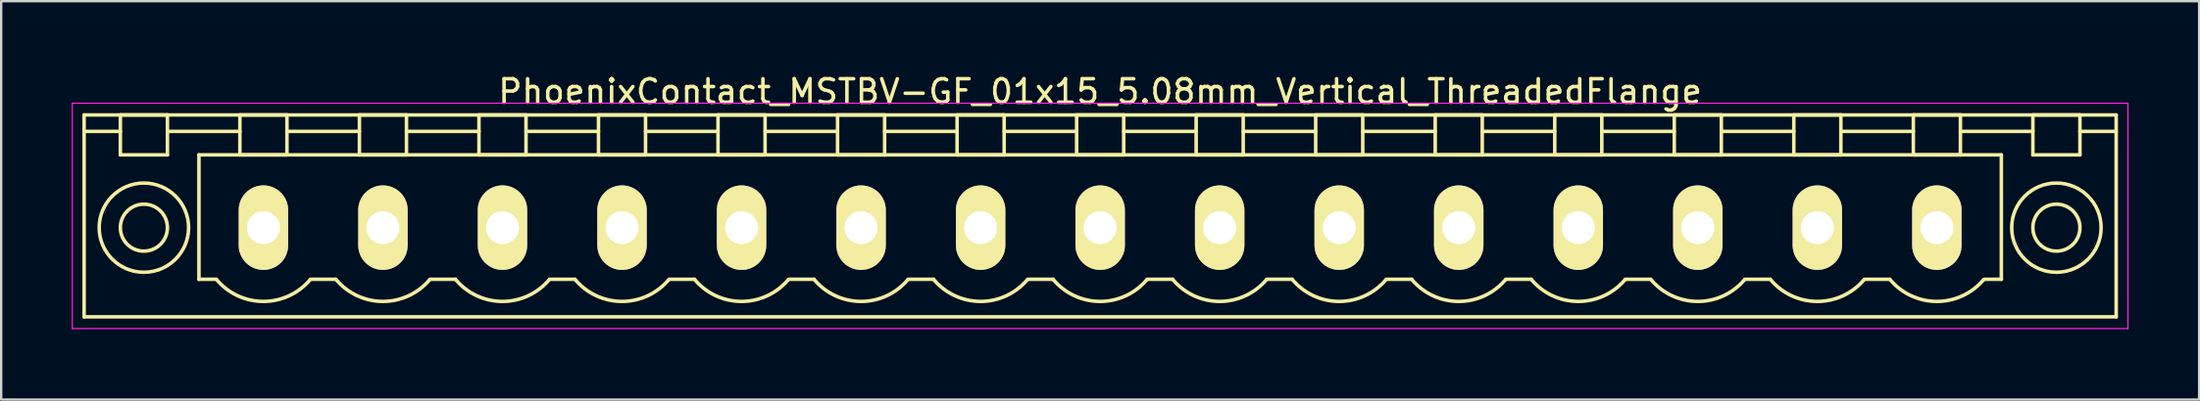
<source format=kicad_pcb>
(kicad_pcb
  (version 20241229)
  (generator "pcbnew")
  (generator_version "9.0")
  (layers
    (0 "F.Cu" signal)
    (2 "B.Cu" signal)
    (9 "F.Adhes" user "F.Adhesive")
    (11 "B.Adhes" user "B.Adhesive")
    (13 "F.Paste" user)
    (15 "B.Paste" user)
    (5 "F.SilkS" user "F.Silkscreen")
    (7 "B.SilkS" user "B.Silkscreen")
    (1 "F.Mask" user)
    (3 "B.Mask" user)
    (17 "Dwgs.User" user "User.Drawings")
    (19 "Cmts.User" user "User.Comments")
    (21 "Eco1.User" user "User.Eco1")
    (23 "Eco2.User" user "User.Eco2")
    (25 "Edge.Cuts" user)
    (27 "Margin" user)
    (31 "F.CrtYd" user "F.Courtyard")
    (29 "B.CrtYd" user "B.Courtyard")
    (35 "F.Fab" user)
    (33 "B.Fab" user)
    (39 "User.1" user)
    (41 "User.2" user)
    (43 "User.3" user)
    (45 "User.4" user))
  (footprint "PhoenixContact_MSTBV-GF_01x15_5.08mm_Vertical_ThreadedFlange"
    (layer "F.Cu")
    (at 8.145 6.648)
    (property "Reference" "PhoenixContact_MSTBV-GF_01x15_5.08mm_Vertical_ThreadedFlange" (at 35.56 -5.8 0) (layer "F.SilkS") (effects (font (size 1 1) (thickness 0.15))))
    (attr through_hole)
    (fp_line (start -7.62 -4.8) (end -7.62 3.8) (stroke (width 0.15) (type solid)) (layer "F.SilkS"))
    (fp_line (start -7.62 -4.1) (end -6.08 -4.1) (stroke (width 0.15) (type solid)) (layer "F.SilkS"))
    (fp_line (start -7.62 3.8) (end 78.74 3.8) (stroke (width 0.15) (type solid)) (layer "F.SilkS"))
    (fp_line (start -6.08 -4.8) (end -4.08 -4.8) (stroke (width 0.15) (type solid)) (layer "F.SilkS"))
    (fp_line (start -6.08 -3.1) (end -6.08 -4.8) (stroke (width 0.15) (type solid)) (layer "F.SilkS"))
    (fp_line (start -4.08 -4.8) (end -4.08 -3.1) (stroke (width 0.15) (type solid)) (layer "F.SilkS"))
    (fp_line (start -4.08 -4.1) (end -1 -4.1) (stroke (width 0.15) (type solid)) (layer "F.SilkS"))
    (fp_line (start -4.08 -3.1) (end -6.08 -3.1) (stroke (width 0.15) (type solid)) (layer "F.SilkS"))
    (fp_line (start -2.74 -3.1) (end 73.86 -3.1) (stroke (width 0.15) (type solid)) (layer "F.SilkS"))
    (fp_line (start -2.74 2.2) (end -2.74 -3.1) (stroke (width 0.15) (type solid)) (layer "F.SilkS"))
    (fp_line (start -2 2.2) (end -2.74 2.2) (stroke (width 0.15) (type solid)) (layer "F.SilkS"))
    (fp_line (start -1 -4.8) (end 1 -4.8) (stroke (width 0.15) (type solid)) (layer "F.SilkS"))
    (fp_line (start -1 -3.1) (end -1 -4.8) (stroke (width 0.15) (type solid)) (layer "F.SilkS"))
    (fp_line (start 1 -4.8) (end 1 -3.1) (stroke (width 0.15) (type solid)) (layer "F.SilkS"))
    (fp_line (start 1 -4.1) (end 4.08 -4.1) (stroke (width 0.15) (type solid)) (layer "F.SilkS"))
    (fp_line (start 1 -3.1) (end -1 -3.1) (stroke (width 0.15) (type solid)) (layer "F.SilkS"))
    (fp_line (start 2 2.2) (end 3.08 2.2) (stroke (width 0.15) (type solid)) (layer "F.SilkS"))
    (fp_line (start 4.08 -4.8) (end 6.08 -4.8) (stroke (width 0.15) (type solid)) (layer "F.SilkS"))
    (fp_line (start 4.08 -3.1) (end 4.08 -4.8) (stroke (width 0.15) (type solid)) (layer "F.SilkS"))
    (fp_line (start 6.08 -4.8) (end 6.08 -3.1) (stroke (width 0.15) (type solid)) (layer "F.SilkS"))
    (fp_line (start 6.08 -4.1) (end 9.16 -4.1) (stroke (width 0.15) (type solid)) (layer "F.SilkS"))
    (fp_line (start 6.08 -3.1) (end 4.08 -3.1) (stroke (width 0.15) (type solid)) (layer "F.SilkS"))
    (fp_line (start 7.08 2.2) (end 8.16 2.2) (stroke (width 0.15) (type solid)) (layer "F.SilkS"))
    (fp_line (start 9.16 -4.8) (end 11.16 -4.8) (stroke (width 0.15) (type solid)) (layer "F.SilkS"))
    (fp_line (start 9.16 -3.1) (end 9.16 -4.8) (stroke (width 0.15) (type solid)) (layer "F.SilkS"))
    (fp_line (start 11.16 -4.8) (end 11.16 -3.1) (stroke (width 0.15) (type solid)) (layer "F.SilkS"))
    (fp_line (start 11.16 -4.1) (end 14.24 -4.1) (stroke (width 0.15) (type solid)) (layer "F.SilkS"))
    (fp_line (start 11.16 -3.1) (end 9.16 -3.1) (stroke (width 0.15) (type solid)) (layer "F.SilkS"))
    (fp_line (start 12.16 2.2) (end 13.24 2.2) (stroke (width 0.15) (type solid)) (layer "F.SilkS"))
    (fp_line (start 14.24 -4.8) (end 16.24 -4.8) (stroke (width 0.15) (type solid)) (layer "F.SilkS"))
    (fp_line (start 14.24 -3.1) (end 14.24 -4.8) (stroke (width 0.15) (type solid)) (layer "F.SilkS"))
    (fp_line (start 16.24 -4.8) (end 16.24 -3.1) (stroke (width 0.15) (type solid)) (layer "F.SilkS"))
    (fp_line (start 16.24 -4.1) (end 19.32 -4.1) (stroke (width 0.15) (type solid)) (layer "F.SilkS"))
    (fp_line (start 16.24 -3.1) (end 14.24 -3.1) (stroke (width 0.15) (type solid)) (layer "F.SilkS"))
    (fp_line (start 17.24 2.2) (end 18.32 2.2) (stroke (width 0.15) (type solid)) (layer "F.SilkS"))
    (fp_line (start 19.32 -4.8) (end 21.32 -4.8) (stroke (width 0.15) (type solid)) (layer "F.SilkS"))
    (fp_line (start 19.32 -3.1) (end 19.32 -4.8) (stroke (width 0.15) (type solid)) (layer "F.SilkS"))
    (fp_line (start 21.32 -4.8) (end 21.32 -3.1) (stroke (width 0.15) (type solid)) (layer "F.SilkS"))
    (fp_line (start 21.32 -4.1) (end 24.4 -4.1) (stroke (width 0.15) (type solid)) (layer "F.SilkS"))
    (fp_line (start 21.32 -3.1) (end 19.32 -3.1) (stroke (width 0.15) (type solid)) (layer "F.SilkS"))
    (fp_line (start 22.32 2.2) (end 23.4 2.2) (stroke (width 0.15) (type solid)) (layer "F.SilkS"))
    (fp_line (start 24.4 -4.8) (end 26.4 -4.8) (stroke (width 0.15) (type solid)) (layer "F.SilkS"))
    (fp_line (start 24.4 -3.1) (end 24.4 -4.8) (stroke (width 0.15) (type solid)) (layer "F.SilkS"))
    (fp_line (start 26.4 -4.8) (end 26.4 -3.1) (stroke (width 0.15) (type solid)) (layer "F.SilkS"))
    (fp_line (start 26.4 -4.1) (end 29.48 -4.1) (stroke (width 0.15) (type solid)) (layer "F.SilkS"))
    (fp_line (start 26.4 -3.1) (end 24.4 -3.1) (stroke (width 0.15) (type solid)) (layer "F.SilkS"))
    (fp_line (start 27.4 2.2) (end 28.48 2.2) (stroke (width 0.15) (type solid)) (layer "F.SilkS"))
    (fp_line (start 29.48 -4.8) (end 31.48 -4.8) (stroke (width 0.15) (type solid)) (layer "F.SilkS"))
    (fp_line (start 29.48 -3.1) (end 29.48 -4.8) (stroke (width 0.15) (type solid)) (layer "F.SilkS"))
    (fp_line (start 31.48 -4.8) (end 31.48 -3.1) (stroke (width 0.15) (type solid)) (layer "F.SilkS"))
    (fp_line (start 31.48 -4.1) (end 34.56 -4.1) (stroke (width 0.15) (type solid)) (layer "F.SilkS"))
    (fp_line (start 31.48 -3.1) (end 29.48 -3.1) (stroke (width 0.15) (type solid)) (layer "F.SilkS"))
    (fp_line (start 32.48 2.2) (end 33.56 2.2) (stroke (width 0.15) (type solid)) (layer "F.SilkS"))
    (fp_line (start 34.56 -4.8) (end 36.56 -4.8) (stroke (width 0.15) (type solid)) (layer "F.SilkS"))
    (fp_line (start 34.56 -3.1) (end 34.56 -4.8) (stroke (width 0.15) (type solid)) (layer "F.SilkS"))
    (fp_line (start 36.56 -4.8) (end 36.56 -3.1) (stroke (width 0.15) (type solid)) (layer "F.SilkS"))
    (fp_line (start 36.56 -4.1) (end 39.64 -4.1) (stroke (width 0.15) (type solid)) (layer "F.SilkS"))
    (fp_line (start 36.56 -3.1) (end 34.56 -3.1) (stroke (width 0.15) (type solid)) (layer "F.SilkS"))
    (fp_line (start 37.56 2.2) (end 38.64 2.2) (stroke (width 0.15) (type solid)) (layer "F.SilkS"))
    (fp_line (start 39.64 -4.8) (end 41.64 -4.8) (stroke (width 0.15) (type solid)) (layer "F.SilkS"))
    (fp_line (start 39.64 -3.1) (end 39.64 -4.8) (stroke (width 0.15) (type solid)) (layer "F.SilkS"))
    (fp_line (start 41.64 -4.8) (end 41.64 -3.1) (stroke (width 0.15) (type solid)) (layer "F.SilkS"))
    (fp_line (start 41.64 -4.1) (end 44.72 -4.1) (stroke (width 0.15) (type solid)) (layer "F.SilkS"))
    (fp_line (start 41.64 -3.1) (end 39.64 -3.1) (stroke (width 0.15) (type solid)) (layer "F.SilkS"))
    (fp_line (start 42.64 2.2) (end 43.72 2.2) (stroke (width 0.15) (type solid)) (layer "F.SilkS"))
    (fp_line (start 44.72 -4.8) (end 46.72 -4.8) (stroke (width 0.15) (type solid)) (layer "F.SilkS"))
    (fp_line (start 44.72 -3.1) (end 44.72 -4.8) (stroke (width 0.15) (type solid)) (layer "F.SilkS"))
    (fp_line (start 46.72 -4.8) (end 46.72 -3.1) (stroke (width 0.15) (type solid)) (layer "F.SilkS"))
    (fp_line (start 46.72 -4.1) (end 49.8 -4.1) (stroke (width 0.15) (type solid)) (layer "F.SilkS"))
    (fp_line (start 46.72 -3.1) (end 44.72 -3.1) (stroke (width 0.15) (type solid)) (layer "F.SilkS"))
    (fp_line (start 47.72 2.2) (end 48.8 2.2) (stroke (width 0.15) (type solid)) (layer "F.SilkS"))
    (fp_line (start 49.8 -4.8) (end 51.8 -4.8) (stroke (width 0.15) (type solid)) (layer "F.SilkS"))
    (fp_line (start 49.8 -3.1) (end 49.8 -4.8) (stroke (width 0.15) (type solid)) (layer "F.SilkS"))
    (fp_line (start 51.8 -4.8) (end 51.8 -3.1) (stroke (width 0.15) (type solid)) (layer "F.SilkS"))
    (fp_line (start 51.8 -4.1) (end 54.88 -4.1) (stroke (width 0.15) (type solid)) (layer "F.SilkS"))
    (fp_line (start 51.8 -3.1) (end 49.8 -3.1) (stroke (width 0.15) (type solid)) (layer "F.SilkS"))
    (fp_line (start 52.8 2.2) (end 53.88 2.2) (stroke (width 0.15) (type solid)) (layer "F.SilkS"))
    (fp_line (start 54.88 -4.8) (end 56.88 -4.8) (stroke (width 0.15) (type solid)) (layer "F.SilkS"))
    (fp_line (start 54.88 -3.1) (end 54.88 -4.8) (stroke (width 0.15) (type solid)) (layer "F.SilkS"))
    (fp_line (start 56.88 -4.8) (end 56.88 -3.1) (stroke (width 0.15) (type solid)) (layer "F.SilkS"))
    (fp_line (start 56.88 -4.1) (end 59.96 -4.1) (stroke (width 0.15) (type solid)) (layer "F.SilkS"))
    (fp_line (start 56.88 -3.1) (end 54.88 -3.1) (stroke (width 0.15) (type solid)) (layer "F.SilkS"))
    (fp_line (start 57.88 2.2) (end 58.96 2.2) (stroke (width 0.15) (type solid)) (layer "F.SilkS"))
    (fp_line (start 59.96 -4.8) (end 61.96 -4.8) (stroke (width 0.15) (type solid)) (layer "F.SilkS"))
    (fp_line (start 59.96 -3.1) (end 59.96 -4.8) (stroke (width 0.15) (type solid)) (layer "F.SilkS"))
    (fp_line (start 61.96 -4.8) (end 61.96 -3.1) (stroke (width 0.15) (type solid)) (layer "F.SilkS"))
    (fp_line (start 61.96 -4.1) (end 65.04 -4.1) (stroke (width 0.15) (type solid)) (layer "F.SilkS"))
    (fp_line (start 61.96 -3.1) (end 59.96 -3.1) (stroke (width 0.15) (type solid)) (layer "F.SilkS"))
    (fp_line (start 62.96 2.2) (end 64.04 2.2) (stroke (width 0.15) (type solid)) (layer "F.SilkS"))
    (fp_line (start 65.04 -4.8) (end 67.04 -4.8) (stroke (width 0.15) (type solid)) (layer "F.SilkS"))
    (fp_line (start 65.04 -3.1) (end 65.04 -4.8) (stroke (width 0.15) (type solid)) (layer "F.SilkS"))
    (fp_line (start 67.04 -4.8) (end 67.04 -3.1) (stroke (width 0.15) (type solid)) (layer "F.SilkS"))
    (fp_line (start 67.04 -4.1) (end 70.12 -4.1) (stroke (width 0.15) (type solid)) (layer "F.SilkS"))
    (fp_line (start 67.04 -3.1) (end 65.04 -3.1) (stroke (width 0.15) (type solid)) (layer "F.SilkS"))
    (fp_line (start 68.04 2.2) (end 69.12 2.2) (stroke (width 0.15) (type solid)) (layer "F.SilkS"))
    (fp_line (start 70.12 -4.8) (end 72.12 -4.8) (stroke (width 0.15) (type solid)) (layer "F.SilkS"))
    (fp_line (start 70.12 -3.1) (end 70.12 -4.8) (stroke (width 0.15) (type solid)) (layer "F.SilkS"))
    (fp_line (start 72.12 -4.8) (end 72.12 -3.1) (stroke (width 0.15) (type solid)) (layer "F.SilkS"))
    (fp_line (start 72.12 -4.1) (end 75.2 -4.1) (stroke (width 0.15) (type solid)) (layer "F.SilkS"))
    (fp_line (start 72.12 -3.1) (end 70.12 -3.1) (stroke (width 0.15) (type solid)) (layer "F.SilkS"))
    (fp_line (start 73.86 -3.1) (end 73.86 2.2) (stroke (width 0.15) (type solid)) (layer "F.SilkS"))
    (fp_line (start 73.86 2.2) (end 73.12 2.2) (stroke (width 0.15) (type solid)) (layer "F.SilkS"))
    (fp_line (start 75.2 -4.8) (end 77.2 -4.8) (stroke (width 0.15) (type solid)) (layer "F.SilkS"))
    (fp_line (start 75.2 -3.1) (end 75.2 -4.8) (stroke (width 0.15) (type solid)) (layer "F.SilkS"))
    (fp_line (start 77.2 -4.8) (end 77.2 -3.1) (stroke (width 0.15) (type solid)) (layer "F.SilkS"))
    (fp_line (start 77.2 -3.1) (end 75.2 -3.1) (stroke (width 0.15) (type solid)) (layer "F.SilkS"))
    (fp_line (start 78.74 -4.8) (end -7.62 -4.8) (stroke (width 0.15) (type solid)) (layer "F.SilkS"))
    (fp_line (start 78.74 -4.1) (end 77.2 -4.1) (stroke (width 0.15) (type solid)) (layer "F.SilkS"))
    (fp_line (start 78.74 3.8) (end 78.74 -4.8) (stroke (width 0.15) (type solid)) (layer "F.SilkS"))
    (fp_arc (start 1.986842 2.215821) (mid -0.010289 3.142758) (end -2 2.2) (stroke (width 0.15) (type solid)) (layer "F.SilkS"))
    (fp_arc (start 7.066842 2.215821) (mid 5.069711 3.142758) (end 3.08 2.2) (stroke (width 0.15) (type solid)) (layer "F.SilkS"))
    (fp_arc (start 12.146842 2.215821) (mid 10.149711 3.142758) (end 8.16 2.2) (stroke (width 0.15) (type solid)) (layer "F.SilkS"))
    (fp_arc (start 17.226842 2.215821) (mid 15.229711 3.142758) (end 13.24 2.2) (stroke (width 0.15) (type solid)) (layer "F.SilkS"))
    (fp_arc (start 22.306842 2.215821) (mid 20.309711 3.142758) (end 18.32 2.2) (stroke (width 0.15) (type solid)) (layer "F.SilkS"))
    (fp_arc (start 27.386842 2.215821) (mid 25.389711 3.142758) (end 23.4 2.2) (stroke (width 0.15) (type solid)) (layer "F.SilkS"))
    (fp_arc (start 32.466842 2.215821) (mid 30.469711 3.142758) (end 28.48 2.2) (stroke (width 0.15) (type solid)) (layer "F.SilkS"))
    (fp_arc (start 37.546842 2.215821) (mid 35.549711 3.142758) (end 33.56 2.2) (stroke (width 0.15) (type solid)) (layer "F.SilkS"))
    (fp_arc (start 42.626842 2.215821) (mid 40.629711 3.142758) (end 38.64 2.2) (stroke (width 0.15) (type solid)) (layer "F.SilkS"))
    (fp_arc (start 47.706842 2.215821) (mid 45.709711 3.142758) (end 43.72 2.2) (stroke (width 0.15) (type solid)) (layer "F.SilkS"))
    (fp_arc (start 52.786842 2.215821) (mid 50.789711 3.142758) (end 48.8 2.2) (stroke (width 0.15) (type solid)) (layer "F.SilkS"))
    (fp_arc (start 57.866842 2.215821) (mid 55.869711 3.142758) (end 53.88 2.2) (stroke (width 0.15) (type solid)) (layer "F.SilkS"))
    (fp_arc (start 62.946842 2.215821) (mid 60.949711 3.142758) (end 58.96 2.2) (stroke (width 0.15) (type solid)) (layer "F.SilkS"))
    (fp_arc (start 68.026842 2.215821) (mid 66.029711 3.142758) (end 64.04 2.2) (stroke (width 0.15) (type solid)) (layer "F.SilkS"))
    (fp_arc (start 73.106842 2.215821) (mid 71.109711 3.142758) (end 69.12 2.2) (stroke (width 0.15) (type solid)) (layer "F.SilkS"))
    (fp_circle (center -5.08 0) (end -4.08 0) (stroke (width 0.15) (type solid)) (fill no) (layer "F.SilkS"))
    (fp_circle (center -5.08 0) (end -3.18 0) (stroke (width 0.15) (type solid)) (fill no) (layer "F.SilkS"))
    (fp_circle (center 76.2 0) (end 77.2 0) (stroke (width 0.15) (type solid)) (fill no) (layer "F.SilkS"))
    (fp_circle (center 76.2 0) (end 78.1 0) (stroke (width 0.15) (type solid)) (fill no) (layer "F.SilkS"))
    (fp_line (start -8.12 -5.3) (end -8.12 4.3) (stroke (width 0.05) (type solid)) (layer "F.CrtYd"))
    (fp_line (start -8.12 4.3) (end 79.24 4.3) (stroke (width 0.05) (type solid)) (layer "F.CrtYd"))
    (fp_line (start 79.24 -5.3) (end -8.12 -5.3) (stroke (width 0.05) (type solid)) (layer "F.CrtYd"))
    (fp_line (start 79.24 4.3) (end 79.24 -5.3) (stroke (width 0.05) (type solid)) (layer "F.CrtYd"))
    (pad "1" thru_hole oval (at 0 0) (size 2.1 3.6) (drill 1.4) (layers "*.Cu" "*.Mask" "F.SilkS"))
    (pad "2" thru_hole oval (at 5.08 0) (size 2.1 3.6) (drill 1.4) (layers "*.Cu" "*.Mask" "F.SilkS"))
    (pad "3" thru_hole oval (at 10.16 0) (size 2.1 3.6) (drill 1.4) (layers "*.Cu" "*.Mask" "F.SilkS"))
    (pad "4" thru_hole oval (at 15.24 0) (size 2.1 3.6) (drill 1.4) (layers "*.Cu" "*.Mask" "F.SilkS"))
    (pad "5" thru_hole oval (at 20.32 0) (size 2.1 3.6) (drill 1.4) (layers "*.Cu" "*.Mask" "F.SilkS"))
    (pad "6" thru_hole oval (at 25.4 0) (size 2.1 3.6) (drill 1.4) (layers "*.Cu" "*.Mask" "F.SilkS"))
    (pad "7" thru_hole oval (at 30.48 0) (size 2.1 3.6) (drill 1.4) (layers "*.Cu" "*.Mask" "F.SilkS"))
    (pad "8" thru_hole oval (at 35.56 0) (size 2.1 3.6) (drill 1.4) (layers "*.Cu" "*.Mask" "F.SilkS"))
    (pad "9" thru_hole oval (at 40.64 0) (size 2.1 3.6) (drill 1.4) (layers "*.Cu" "*.Mask" "F.SilkS"))
    (pad "10" thru_hole oval (at 45.72 0) (size 2.1 3.6) (drill 1.4) (layers "*.Cu" "*.Mask" "F.SilkS"))
    (pad "11" thru_hole oval (at 50.8 0) (size 2.1 3.6) (drill 1.4) (layers "*.Cu" "*.Mask" "F.SilkS"))
    (pad "12" thru_hole oval (at 55.88 0) (size 2.1 3.6) (drill 1.4) (layers "*.Cu" "*.Mask" "F.SilkS"))
    (pad "13" thru_hole oval (at 60.96 0) (size 2.1 3.6) (drill 1.4) (layers "*.Cu" "*.Mask" "F.SilkS"))
    (pad "14" thru_hole oval (at 66.04 0) (size 2.1 3.6) (drill 1.4) (layers "*.Cu" "*.Mask" "F.SilkS"))
    (pad "15" thru_hole oval (at 71.12 0) (size 2.1 3.6) (drill 1.4) (layers "*.Cu" "*.Mask" "F.SilkS")))
  (gr_rect
    (start -3 -3)
    (end 90.41 13.973)
    (stroke (width 0.1) (type default))
    (fill no)
    (layer "Edge.Cuts")))
</source>
